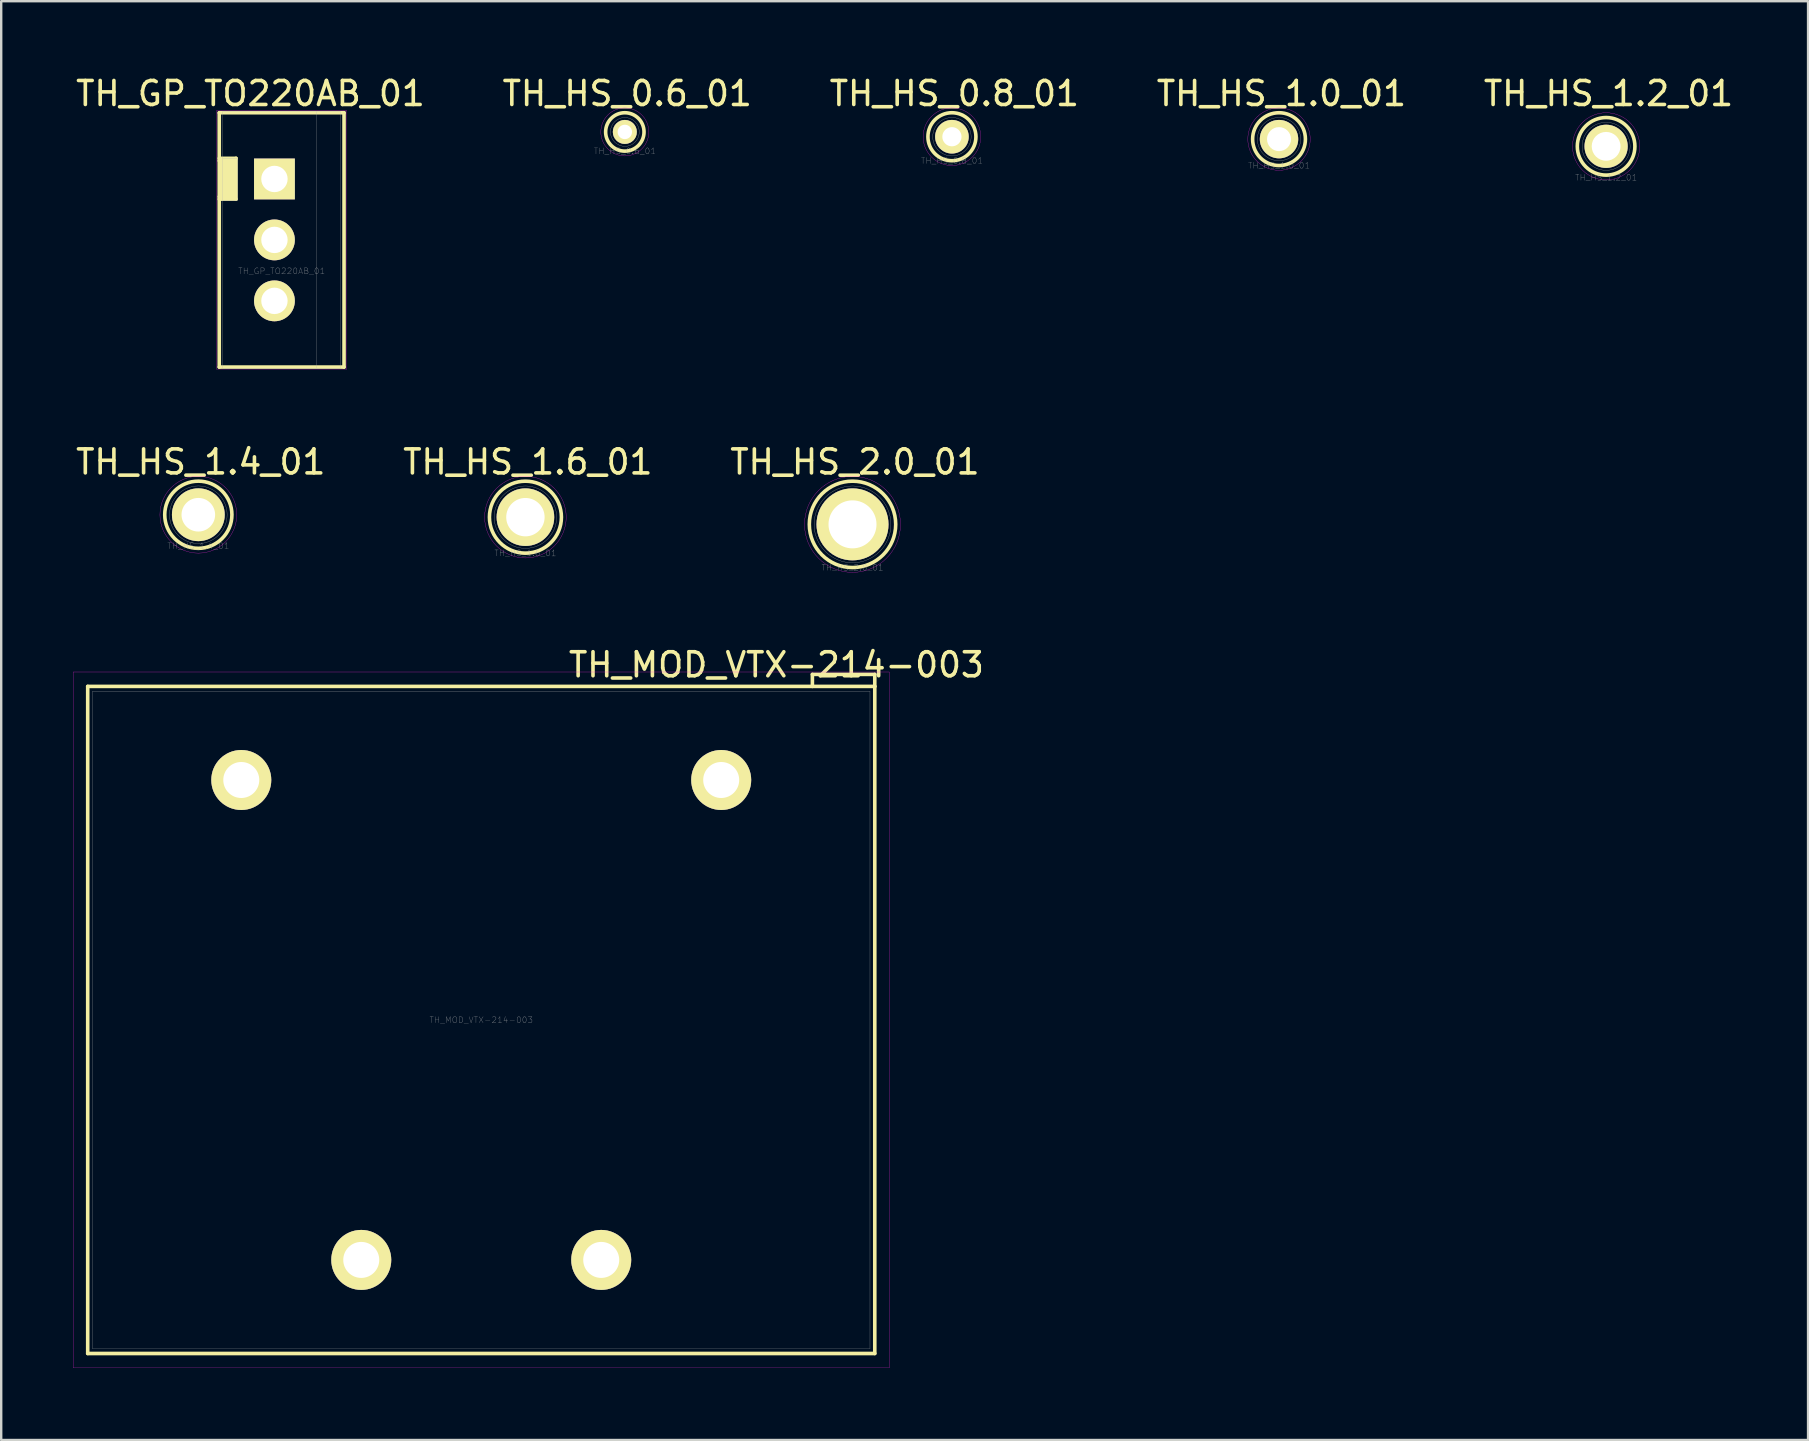
<source format=kicad_pcb>
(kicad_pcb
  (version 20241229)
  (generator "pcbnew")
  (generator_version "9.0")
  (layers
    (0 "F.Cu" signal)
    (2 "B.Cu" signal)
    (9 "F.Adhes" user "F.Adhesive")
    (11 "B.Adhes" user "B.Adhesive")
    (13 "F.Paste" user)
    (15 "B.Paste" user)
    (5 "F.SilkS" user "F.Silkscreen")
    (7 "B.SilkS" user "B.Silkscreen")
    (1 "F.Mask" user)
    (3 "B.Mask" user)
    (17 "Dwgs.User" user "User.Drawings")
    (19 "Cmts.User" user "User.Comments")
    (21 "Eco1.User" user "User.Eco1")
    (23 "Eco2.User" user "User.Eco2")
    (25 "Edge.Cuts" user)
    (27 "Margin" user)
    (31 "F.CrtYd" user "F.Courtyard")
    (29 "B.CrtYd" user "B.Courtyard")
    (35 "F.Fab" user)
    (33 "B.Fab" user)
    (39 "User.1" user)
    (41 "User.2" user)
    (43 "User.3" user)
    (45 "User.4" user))
  (footprint "TH_GP_TO220AB_01"
    (layer "F.Cu")
    (at 8.387 6.948)
    (property "Reference" "TH_GP_TO220AB_01" (at 0.3 1.3 0) (layer "F.Fab") (effects (font (size 0.25 0.25) (thickness 0.01))))
    (attr through_hole)
    (fp_line (start -2.3 -5.3) (end -2.3 5.3) (stroke (width 0.15) (type solid)) (layer "F.SilkS"))
    (fp_line (start -2.3 -3.4) (end -1.6 -3.4) (stroke (width 0.15) (type solid)) (layer "F.SilkS"))
    (fp_line (start -2.3 -3.3) (end -1.7 -3.3) (stroke (width 0.15) (type solid)) (layer "F.SilkS"))
    (fp_line (start -2.3 -1.7) (end -1.6 -1.7) (stroke (width 0.15) (type solid)) (layer "F.SilkS"))
    (fp_line (start -2.3 5.3) (end 2.9 5.3) (stroke (width 0.15) (type solid)) (layer "F.SilkS"))
    (fp_line (start -2.2 -3.2) (end -1.8 -3.2) (stroke (width 0.15) (type solid)) (layer "F.SilkS"))
    (fp_line (start -2.2 -3.1) (end -1.9 -3.1) (stroke (width 0.15) (type solid)) (layer "F.SilkS"))
    (fp_line (start -2.2 -1.9) (end -2.2 -3.1) (stroke (width 0.15) (type solid)) (layer "F.SilkS"))
    (fp_line (start -2.1 -3) (end -2.1 -2) (stroke (width 0.15) (type solid)) (layer "F.SilkS"))
    (fp_line (start -2 -3) (end -2.1 -3) (stroke (width 0.15) (type solid)) (layer "F.SilkS"))
    (fp_line (start -2 -2) (end -2 -3) (stroke (width 0.15) (type solid)) (layer "F.SilkS"))
    (fp_line (start -1.9 -3.1) (end -1.9 -2) (stroke (width 0.15) (type solid)) (layer "F.SilkS"))
    (fp_line (start -1.9 -2) (end -2 -2) (stroke (width 0.15) (type solid)) (layer "F.SilkS"))
    (fp_line (start -1.8 -3.2) (end -1.8 -1.9) (stroke (width 0.15) (type solid)) (layer "F.SilkS"))
    (fp_line (start -1.8 -1.9) (end -2.2 -1.9) (stroke (width 0.15) (type solid)) (layer "F.SilkS"))
    (fp_line (start -1.7 -3.3) (end -1.7 -1.8) (stroke (width 0.15) (type solid)) (layer "F.SilkS"))
    (fp_line (start -1.7 -1.8) (end -2.3 -1.8) (stroke (width 0.15) (type solid)) (layer "F.SilkS"))
    (fp_line (start -1.6 -3.4) (end -1.6 -1.7) (stroke (width 0.15) (type solid)) (layer "F.SilkS"))
    (fp_line (start 2.9 -5.3) (end -2.3 -5.3) (stroke (width 0.15) (type solid)) (layer "F.SilkS"))
    (fp_line (start 2.9 5.3) (end 2.9 -5.3) (stroke (width 0.15) (type solid)) (layer "F.SilkS"))
    (fp_line (start -2.4 -5.4) (end -2.4 5.4) (stroke (width 0.01) (type solid)) (layer "F.CrtYd"))
    (fp_line (start -2.4 5.4) (end 3 5.4) (stroke (width 0.01) (type solid)) (layer "F.CrtYd"))
    (fp_line (start 3 -5.4) (end -2.4 -5.4) (stroke (width 0.01) (type solid)) (layer "F.CrtYd"))
    (fp_line (start 3 5.4) (end 3 -5.4) (stroke (width 0.01) (type solid)) (layer "F.CrtYd"))
    (fp_line (start -2.15 -5.35) (end -2.15 5.35) (stroke (width 0.01) (type solid)) (layer "F.Fab"))
    (fp_line (start -2.15 -3.4) (end -1.55 -3.4) (stroke (width 0.01) (type solid)) (layer "F.Fab"))
    (fp_line (start -2.15 5.35) (end 2.75 5.35) (stroke (width 0.01) (type solid)) (layer "F.Fab"))
    (fp_line (start -1.55 -3.4) (end -1.55 -1.65) (stroke (width 0.01) (type solid)) (layer "F.Fab"))
    (fp_line (start -1.55 -1.65) (end -2.15 -1.65) (stroke (width 0.01) (type solid)) (layer "F.Fab"))
    (fp_line (start 1.75 -5.35) (end 1.75 5.35) (stroke (width 0.01) (type solid)) (layer "F.Fab"))
    (fp_line (start 2.75 -5.35) (end -2.15 -5.35) (stroke (width 0.01) (type solid)) (layer "F.Fab"))
    (fp_line (start 2.75 5.35) (end 2.75 -5.35) (stroke (width 0.01) (type solid)) (layer "F.Fab"))
    (fp_text user "${REFERENCE}" (at -1 -6.1 0) (layer "F.SilkS") (effects (font (size 1 1) (thickness 0.15))))
    (pad "1" thru_hole rect (at 0 -2.54) (size 1.7 1.7) (drill 1.1) (layers "*.Cu" "*.Mask" "F.SilkS"))
    (pad "2" thru_hole circle (at 0 0) (size 1.7 1.7) (drill 1.1) (layers "*.Cu" "*.Mask" "F.SilkS"))
    (pad "3" thru_hole circle (at 0 2.54) (size 1.7 1.7) (drill 1.1) (layers "*.Cu" "*.Mask" "F.SilkS")))
  (footprint "TH_HS_1.6_01"
    (layer "F.Cu")
    (at 18.846 18.502)
    (property "Reference" "TH_HS_1.6_01" (at 0 1.5 0) (layer "F.Fab") (effects (font (size 0.25 0.25) (thickness 0.01))))
    (attr through_hole)
    (fp_circle (center 0 0) (end 1.5 0) (stroke (width 0.15) (type solid)) (fill no) (layer "F.SilkS"))
    (fp_circle (center 0 0) (end 1.7 0) (stroke (width 0.01) (type solid)) (fill no) (layer "F.CrtYd"))
    (fp_circle (center 0 0) (end 1.3 0) (stroke (width 0.01) (type solid)) (fill no) (layer "F.Fab"))
    (fp_text user "${REFERENCE}" (at 0.1 -2.3 0) (layer "F.SilkS") (effects (font (size 1 1) (thickness 0.15))))
    (pad "1" thru_hole circle (at 0 0) (size 2.4 2.4) (drill 1.6) (layers "*.Cu" "*.Mask" "F.SilkS")))
  (footprint "TH_HS_0.6_01"
    (layer "F.Cu")
    (at 22.989 2.448)
    (property "Reference" "TH_HS_0.6_01" (at 0 0.8 0) (layer "F.Fab") (effects (font (size 0.25 0.25) (thickness 0.01))))
    (attr through_hole)
    (fp_circle (center 0 0) (end 0.8 0) (stroke (width 0.15) (type solid)) (fill no) (layer "F.SilkS"))
    (fp_circle (center 0 0) (end 1 0) (stroke (width 0.01) (type solid)) (fill no) (layer "F.CrtYd"))
    (fp_circle (center 0 0) (end 0.6 0) (stroke (width 0.01) (type solid)) (fill no) (layer "F.Fab"))
    (fp_text user "${REFERENCE}" (at 0.1 -1.6 0) (layer "F.SilkS") (effects (font (size 1 1) (thickness 0.15))))
    (pad "1" thru_hole circle (at 0 0) (size 1 1) (drill 0.6) (layers "*.Cu" "*.Mask" "F.SilkS")))
  (footprint "TH_MOD_VTX-214-003"
    (layer "F.Cu")
    (at 17.005 39.455)
    (property "Reference" "TH_MOD_VTX-214-003" (at 0 0 0) (layer "F.Fab") (effects (font (size 0.25 0.25) (thickness 0.01))))
    (attr through_hole)
    (fp_line (start -16.4 -13.9) (end -16.4 13.9) (stroke (width 0.15) (type solid)) (layer "F.SilkS"))
    (fp_line (start -16.4 13.9) (end 16.4 13.9) (stroke (width 0.15) (type solid)) (layer "F.SilkS"))
    (fp_line (start 13.8 -14.4) (end 13.8 -13.9) (stroke (width 0.15) (type solid)) (layer "F.SilkS"))
    (fp_line (start 16.4 -14.4) (end 13.8 -14.4) (stroke (width 0.15) (type solid)) (layer "F.SilkS"))
    (fp_line (start 16.4 -13.9) (end -16.4 -13.9) (stroke (width 0.15) (type solid)) (layer "F.SilkS"))
    (fp_line (start 16.4 -13.9) (end 16.4 -14.4) (stroke (width 0.15) (type solid)) (layer "F.SilkS"))
    (fp_line (start 16.4 13.9) (end 16.4 -13.9) (stroke (width 0.15) (type solid)) (layer "F.SilkS"))
    (fp_line (start -17 -14.5) (end -17 14.5) (stroke (width 0.01) (type solid)) (layer "F.CrtYd"))
    (fp_line (start -17 14.5) (end 17 14.5) (stroke (width 0.01) (type solid)) (layer "F.CrtYd"))
    (fp_line (start 17 -14.5) (end -17 -14.5) (stroke (width 0.01) (type solid)) (layer "F.CrtYd"))
    (fp_line (start 17 14.5) (end 17 -14.5) (stroke (width 0.01) (type solid)) (layer "F.CrtYd"))
    (fp_line (start -16.2 -13.7) (end -16.2 13.7) (stroke (width 0.01) (type solid)) (layer "F.Fab"))
    (fp_line (start -16.2 13.7) (end 16.2 13.7) (stroke (width 0.01) (type solid)) (layer "F.Fab"))
    (fp_line (start 16.2 -13.7) (end -16.2 -13.7) (stroke (width 0.01) (type solid)) (layer "F.Fab"))
    (fp_line (start 16.2 13.7) (end 16.2 -13.7) (stroke (width 0.01) (type solid)) (layer "F.Fab"))
    (fp_text user "${REFERENCE}" (at 12.3 -14.8 0) (layer "F.SilkS") (effects (font (size 1 1) (thickness 0.15))))
    (pad "1" thru_hole circle (at 10 -10) (size 2.5 2.5) (drill 1.5) (layers "*.Cu" "*.Mask" "F.SilkS"))
    (pad "2" thru_hole circle (at -10 -10) (size 2.5 2.5) (drill 1.5) (layers "*.Cu" "*.Mask" "F.SilkS"))
    (pad "3" thru_hole circle (at -5 10) (size 2.5 2.5) (drill 1.5) (layers "*.Cu" "*.Mask" "F.SilkS"))
    (pad "4" thru_hole circle (at 5 10) (size 2.5 2.5) (drill 1.5) (layers "*.Cu" "*.Mask" "F.SilkS")))
  (footprint "TH_HS_1.4_01"
    (layer "F.Cu")
    (at 5.215 18.401)
    (property "Reference" "TH_HS_1.4_01" (at 0 1.3 0) (layer "F.Fab") (effects (font (size 0.25 0.25) (thickness 0.01))))
    (attr through_hole)
    (fp_circle (center 0 0) (end 1.4 0) (stroke (width 0.15) (type solid)) (fill no) (layer "F.SilkS"))
    (fp_circle (center 0 0) (end 1.6 0) (stroke (width 0.01) (type solid)) (fill no) (layer "F.CrtYd"))
    (fp_circle (center 0 0) (end 1.2 0) (stroke (width 0.01) (type solid)) (fill no) (layer "F.Fab"))
    (fp_text user "${REFERENCE}" (at 0.1 -2.2 0) (layer "F.SilkS") (effects (font (size 1 1) (thickness 0.15))))
    (pad "1" thru_hole circle (at 0 0) (size 2.2 2.2) (drill 1.4) (layers "*.Cu" "*.Mask" "F.SilkS")))
  (footprint "TH_HS_0.8_01"
    (layer "F.Cu")
    (at 36.62 2.648)
    (property "Reference" "TH_HS_0.8_01" (at 0 1 0) (layer "F.Fab") (effects (font (size 0.25 0.25) (thickness 0.01))))
    (attr through_hole)
    (fp_circle (center 0 0) (end 1 0) (stroke (width 0.15) (type solid)) (fill no) (layer "F.SilkS"))
    (fp_circle (center 0 0) (end 1.2 0) (stroke (width 0.01) (type solid)) (fill no) (layer "F.CrtYd"))
    (fp_circle (center 0 0) (end 0.8 0) (stroke (width 0.01) (type solid)) (fill no) (layer "F.Fab"))
    (fp_text user "${REFERENCE}" (at 0.1 -1.8 0) (layer "F.SilkS") (effects (font (size 1 1) (thickness 0.15))))
    (pad "1" thru_hole circle (at 0 0) (size 1.4 1.4) (drill 0.8) (layers "*.Cu" "*.Mask" "F.SilkS")))
  (footprint "TH_HS_1.0_01"
    (layer "F.Cu")
    (at 50.251 2.748)
    (property "Reference" "TH_HS_1.0_01" (at 0 1.1 0) (layer "F.Fab") (effects (font (size 0.25 0.25) (thickness 0.01))))
    (attr through_hole)
    (fp_circle (center 0 0) (end 1.1 0) (stroke (width 0.15) (type solid)) (fill no) (layer "F.SilkS"))
    (fp_circle (center 0 0) (end 1.3 0) (stroke (width 0.01) (type solid)) (fill no) (layer "F.CrtYd"))
    (fp_circle (center 0 0) (end 0.9 0) (stroke (width 0.01) (type solid)) (fill no) (layer "F.Fab"))
    (fp_text user "${REFERENCE}" (at 0.1 -1.9 0) (layer "F.SilkS") (effects (font (size 1 1) (thickness 0.15))))
    (pad "1" thru_hole circle (at 0 0) (size 1.6 1.6) (drill 1) (layers "*.Cu" "*.Mask" "F.SilkS")))
  (footprint "TH_HS_1.2_01"
    (layer "F.Cu")
    (at 63.882 3.048)
    (property "Reference" "TH_HS_1.2_01" (at 0 1.3 0) (layer "F.Fab") (effects (font (size 0.25 0.25) (thickness 0.01))))
    (attr through_hole)
    (fp_circle (center 0 0) (end 1.2 0) (stroke (width 0.15) (type solid)) (fill no) (layer "F.SilkS"))
    (fp_circle (center 0 0) (end 1.4 0) (stroke (width 0.01) (type solid)) (fill no) (layer "F.CrtYd"))
    (fp_circle (center 0 0) (end 1 0) (stroke (width 0.01) (type solid)) (fill no) (layer "F.Fab"))
    (fp_text user "${REFERENCE}" (at 0.1 -2.2 0) (layer "F.SilkS") (effects (font (size 1 1) (thickness 0.15))))
    (pad "1" thru_hole circle (at 0 0) (size 1.8 1.8) (drill 1.2) (layers "*.Cu" "*.Mask" "F.SilkS")))
  (footprint "TH_HS_2.0_01"
    (layer "F.Cu")
    (at 32.477 18.802)
    (property "Reference" "TH_HS_2.0_01" (at 0 1.8 0) (layer "F.Fab") (effects (font (size 0.25 0.25) (thickness 0.01))))
    (attr through_hole)
    (fp_circle (center 0 0) (end 1.8 0) (stroke (width 0.15) (type solid)) (fill no) (layer "F.SilkS"))
    (fp_circle (center 0 0) (end 2 0) (stroke (width 0.01) (type solid)) (fill no) (layer "F.CrtYd"))
    (fp_circle (center 0 0) (end 1.6 0) (stroke (width 0.01) (type solid)) (fill no) (layer "F.Fab"))
    (fp_text user "${REFERENCE}" (at 0.1 -2.6 0) (layer "F.SilkS") (effects (font (size 1 1) (thickness 0.15))))
    (pad "1" thru_hole circle (at 0 0) (size 3 3) (drill 2) (layers "*.Cu" "*.Mask" "F.SilkS")))
  (gr_rect
    (start -3 -3)
    (end 72.298 56.96)
    (stroke (width 0.1) (type default))
    (fill no)
    (layer "Edge.Cuts")))
</source>
